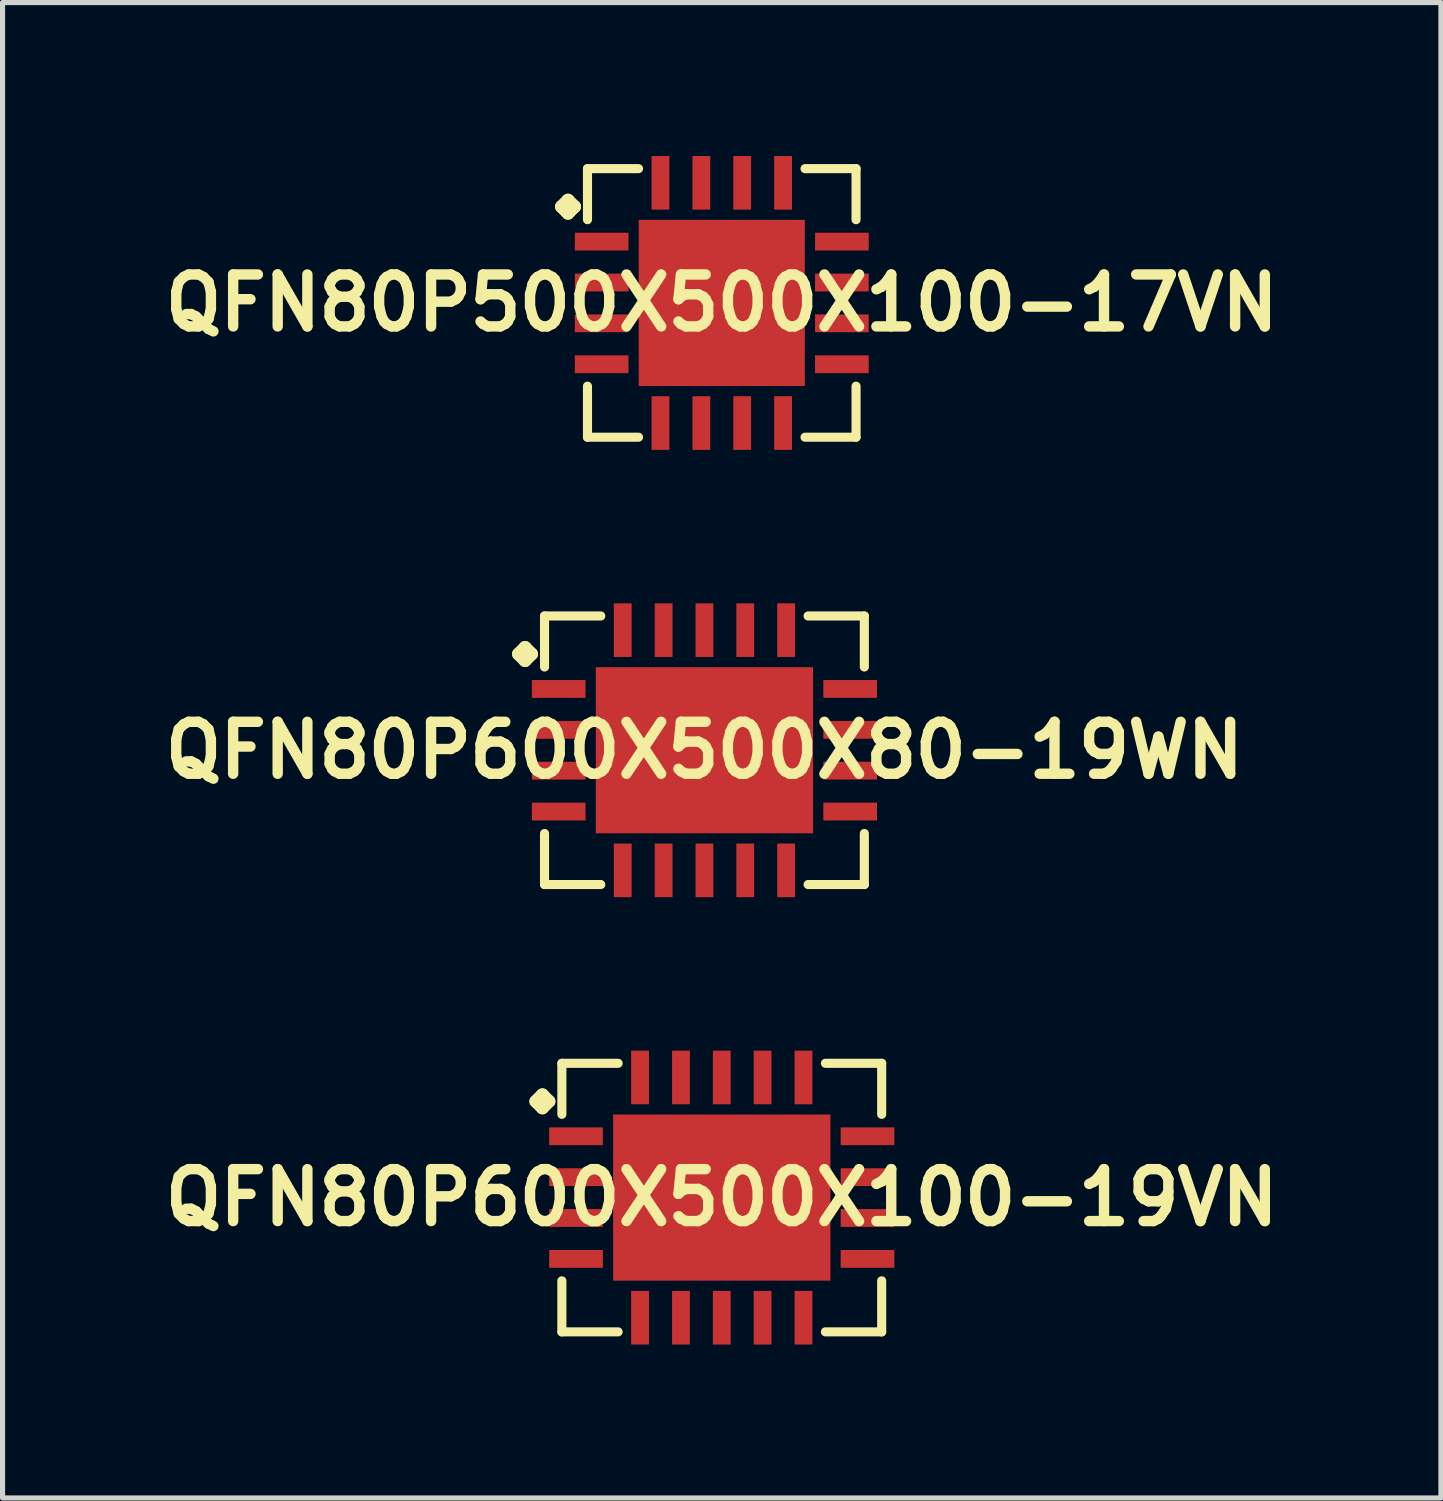
<source format=kicad_pcb>
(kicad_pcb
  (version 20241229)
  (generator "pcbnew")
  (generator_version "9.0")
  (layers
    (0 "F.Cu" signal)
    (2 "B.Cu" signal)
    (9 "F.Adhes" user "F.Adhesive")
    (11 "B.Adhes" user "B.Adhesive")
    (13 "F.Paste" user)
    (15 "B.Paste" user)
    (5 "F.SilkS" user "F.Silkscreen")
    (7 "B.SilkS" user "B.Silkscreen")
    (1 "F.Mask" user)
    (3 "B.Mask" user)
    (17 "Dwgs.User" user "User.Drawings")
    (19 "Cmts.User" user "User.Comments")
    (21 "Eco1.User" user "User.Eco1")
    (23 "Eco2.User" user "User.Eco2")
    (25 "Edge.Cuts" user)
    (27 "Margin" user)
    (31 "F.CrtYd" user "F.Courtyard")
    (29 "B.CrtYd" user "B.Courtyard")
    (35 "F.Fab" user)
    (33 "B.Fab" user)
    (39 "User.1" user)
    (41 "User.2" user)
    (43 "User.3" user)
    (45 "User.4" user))
  (footprint "QFN80P600X500X80-19WN"
    (layer "F.Cu")
    (at 10.726 11.622)
    (property "Reference" "QFN80P600X500X80-19WN" (at 0 0 0) (layer "F.SilkS") (effects (font (size 1.016 1.016) (thickness 0.203))))
    (attr smd)
    (fp_line (start -3.635 -1.882) (end -3.508 -2.009) (stroke (width 0.254) (type solid)) (layer "F.SilkS"))
    (fp_line (start -3.508 -2.009) (end -3.381 -1.882) (stroke (width 0.254) (type solid)) (layer "F.SilkS"))
    (fp_line (start -3.508 -1.755) (end -3.635 -1.882) (stroke (width 0.254) (type solid)) (layer "F.SilkS"))
    (fp_line (start -3.381 -1.882) (end -3.508 -1.755) (stroke (width 0.254) (type solid)) (layer "F.SilkS"))
    (fp_line (start -3.127 -2.626) (end -2.027 -2.626) (stroke (width 0.178) (type solid)) (layer "F.SilkS"))
    (fp_line (start -3.127 -1.628) (end -3.127 -2.626) (stroke (width 0.178) (type solid)) (layer "F.SilkS"))
    (fp_line (start -3.127 1.628) (end -3.127 2.626) (stroke (width 0.178) (type solid)) (layer "F.SilkS"))
    (fp_line (start -3.127 2.626) (end -2.027 2.626) (stroke (width 0.178) (type solid)) (layer "F.SilkS"))
    (fp_line (start 2.027 -2.626) (end 3.127 -2.626) (stroke (width 0.178) (type solid)) (layer "F.SilkS"))
    (fp_line (start 2.027 2.626) (end 3.127 2.626) (stroke (width 0.178) (type solid)) (layer "F.SilkS"))
    (fp_line (start 3.127 -2.626) (end 3.127 -1.628) (stroke (width 0.178) (type solid)) (layer "F.SilkS"))
    (fp_line (start 3.127 2.626) (end 3.127 1.628) (stroke (width 0.178) (type solid)) (layer "F.SilkS"))
    (pad "1" smd rect (at -2.85 -1.199) (size 1.049 0.348) (layers "F.Cu" "F.Mask" "F.Paste"))
    (pad "2" smd rect (at -2.85 -0.399) (size 1.049 0.348) (layers "F.Cu" "F.Mask" "F.Paste"))
    (pad "3" smd rect (at -2.85 0.399) (size 1.049 0.348) (layers "F.Cu" "F.Mask" "F.Paste"))
    (pad "4" smd rect (at -2.85 1.199) (size 1.049 0.348) (layers "F.Cu" "F.Mask" "F.Paste"))
    (pad "5" smd rect (at -1.598 2.349) (size 0.348 1.049) (layers "F.Cu" "F.Mask" "F.Paste"))
    (pad "6" smd rect (at -0.798 2.349) (size 0.348 1.049) (layers "F.Cu" "F.Mask" "F.Paste"))
    (pad "7" smd rect (at 0 2.349) (size 0.348 1.049) (layers "F.Cu" "F.Mask" "F.Paste"))
    (pad "8" smd rect (at 0.798 2.349) (size 0.348 1.049) (layers "F.Cu" "F.Mask" "F.Paste"))
    (pad "9" smd rect (at 1.598 2.349) (size 0.348 1.049) (layers "F.Cu" "F.Mask" "F.Paste"))
    (pad "10" smd rect (at 2.85 1.199) (size 1.049 0.348) (layers "F.Cu" "F.Mask" "F.Paste"))
    (pad "11" smd rect (at 2.85 0.399) (size 1.049 0.348) (layers "F.Cu" "F.Mask" "F.Paste"))
    (pad "12" smd rect (at 2.85 -0.399) (size 1.049 0.348) (layers "F.Cu" "F.Mask" "F.Paste"))
    (pad "13" smd rect (at 2.85 -1.199) (size 1.049 0.348) (layers "F.Cu" "F.Mask" "F.Paste"))
    (pad "14" smd rect (at 1.598 -2.349) (size 0.348 1.049) (layers "F.Cu" "F.Mask" "F.Paste"))
    (pad "15" smd rect (at 0.798 -2.349) (size 0.348 1.049) (layers "F.Cu" "F.Mask" "F.Paste"))
    (pad "16" smd rect (at 0 -2.349) (size 0.348 1.049) (layers "F.Cu" "F.Mask" "F.Paste"))
    (pad "17" smd rect (at -0.798 -2.349) (size 0.348 1.049) (layers "F.Cu" "F.Mask" "F.Paste"))
    (pad "18" smd rect (at -1.598 -2.349) (size 0.348 1.049) (layers "F.Cu" "F.Mask" "F.Paste"))
    (pad "19" smd rect (at 0 0) (size 4.249 3.249) (layers "F.Cu" "F.Mask" "F.Paste")))
  (footprint "QFN80P600X500X100-19VN"
    (layer "F.Cu")
    (at 11.065 20.37)
    (property "Reference" "QFN80P600X500X100-19VN" (at 0 0 0) (layer "F.SilkS") (effects (font (size 1.016 1.016) (thickness 0.203))))
    (attr smd)
    (fp_line (start -3.635 -1.882) (end -3.508 -2.009) (stroke (width 0.254) (type solid)) (layer "F.SilkS"))
    (fp_line (start -3.508 -2.009) (end -3.381 -1.882) (stroke (width 0.254) (type solid)) (layer "F.SilkS"))
    (fp_line (start -3.508 -1.755) (end -3.635 -1.882) (stroke (width 0.254) (type solid)) (layer "F.SilkS"))
    (fp_line (start -3.381 -1.882) (end -3.508 -1.755) (stroke (width 0.254) (type solid)) (layer "F.SilkS"))
    (fp_line (start -3.127 -2.626) (end -2.027 -2.626) (stroke (width 0.178) (type solid)) (layer "F.SilkS"))
    (fp_line (start -3.127 -1.628) (end -3.127 -2.626) (stroke (width 0.178) (type solid)) (layer "F.SilkS"))
    (fp_line (start -3.127 1.628) (end -3.127 2.626) (stroke (width 0.178) (type solid)) (layer "F.SilkS"))
    (fp_line (start -3.127 2.626) (end -2.027 2.626) (stroke (width 0.178) (type solid)) (layer "F.SilkS"))
    (fp_line (start 2.027 -2.626) (end 3.127 -2.626) (stroke (width 0.178) (type solid)) (layer "F.SilkS"))
    (fp_line (start 2.027 2.626) (end 3.127 2.626) (stroke (width 0.178) (type solid)) (layer "F.SilkS"))
    (fp_line (start 3.127 -2.626) (end 3.127 -1.628) (stroke (width 0.178) (type solid)) (layer "F.SilkS"))
    (fp_line (start 3.127 2.626) (end 3.127 1.628) (stroke (width 0.178) (type solid)) (layer "F.SilkS"))
    (pad "1" smd rect (at -2.85 -1.199) (size 1.049 0.348) (layers "F.Cu" "F.Mask" "F.Paste"))
    (pad "2" smd rect (at -2.85 -0.399) (size 1.049 0.348) (layers "F.Cu" "F.Mask" "F.Paste"))
    (pad "3" smd rect (at -2.85 0.399) (size 1.049 0.348) (layers "F.Cu" "F.Mask" "F.Paste"))
    (pad "4" smd rect (at -2.85 1.199) (size 1.049 0.348) (layers "F.Cu" "F.Mask" "F.Paste"))
    (pad "5" smd rect (at -1.598 2.349) (size 0.348 1.049) (layers "F.Cu" "F.Mask" "F.Paste"))
    (pad "6" smd rect (at -0.798 2.349) (size 0.348 1.049) (layers "F.Cu" "F.Mask" "F.Paste"))
    (pad "7" smd rect (at 0 2.349) (size 0.348 1.049) (layers "F.Cu" "F.Mask" "F.Paste"))
    (pad "8" smd rect (at 0.798 2.349) (size 0.348 1.049) (layers "F.Cu" "F.Mask" "F.Paste"))
    (pad "9" smd rect (at 1.598 2.349) (size 0.348 1.049) (layers "F.Cu" "F.Mask" "F.Paste"))
    (pad "10" smd rect (at 2.85 1.199) (size 1.049 0.348) (layers "F.Cu" "F.Mask" "F.Paste"))
    (pad "11" smd rect (at 2.85 0.399) (size 1.049 0.348) (layers "F.Cu" "F.Mask" "F.Paste"))
    (pad "12" smd rect (at 2.85 -0.399) (size 1.049 0.348) (layers "F.Cu" "F.Mask" "F.Paste"))
    (pad "13" smd rect (at 2.85 -1.199) (size 1.049 0.348) (layers "F.Cu" "F.Mask" "F.Paste"))
    (pad "14" smd rect (at 1.598 -2.349) (size 0.348 1.049) (layers "F.Cu" "F.Mask" "F.Paste"))
    (pad "15" smd rect (at 0.798 -2.349) (size 0.348 1.049) (layers "F.Cu" "F.Mask" "F.Paste"))
    (pad "16" smd rect (at 0 -2.349) (size 0.348 1.049) (layers "F.Cu" "F.Mask" "F.Paste"))
    (pad "17" smd rect (at -0.798 -2.349) (size 0.348 1.049) (layers "F.Cu" "F.Mask" "F.Paste"))
    (pad "18" smd rect (at -1.598 -2.349) (size 0.348 1.049) (layers "F.Cu" "F.Mask" "F.Paste"))
    (pad "19" smd rect (at 0 0) (size 4.249 3.249) (layers "F.Cu" "F.Mask" "F.Paste")))
  (footprint "QFN80P500X500X100-17VN"
    (layer "F.Cu")
    (at 11.065 2.874)
    (property "Reference" "QFN80P500X500X100-17VN" (at 0 0 0) (layer "F.SilkS") (effects (font (size 1.016 1.016) (thickness 0.203))))
    (attr smd)
    (fp_line (start -3.134 -1.882) (end -3.007 -2.009) (stroke (width 0.254) (type solid)) (layer "F.SilkS"))
    (fp_line (start -3.007 -2.009) (end -2.88 -1.882) (stroke (width 0.254) (type solid)) (layer "F.SilkS"))
    (fp_line (start -3.007 -1.755) (end -3.134 -1.882) (stroke (width 0.254) (type solid)) (layer "F.SilkS"))
    (fp_line (start -2.88 -1.882) (end -3.007 -1.755) (stroke (width 0.254) (type solid)) (layer "F.SilkS"))
    (fp_line (start -2.626 -2.626) (end -1.628 -2.626) (stroke (width 0.178) (type solid)) (layer "F.SilkS"))
    (fp_line (start -2.626 -1.628) (end -2.626 -2.626) (stroke (width 0.178) (type solid)) (layer "F.SilkS"))
    (fp_line (start -2.626 1.628) (end -2.626 2.626) (stroke (width 0.178) (type solid)) (layer "F.SilkS"))
    (fp_line (start -2.626 2.626) (end -1.628 2.626) (stroke (width 0.178) (type solid)) (layer "F.SilkS"))
    (fp_line (start 1.628 -2.626) (end 2.626 -2.626) (stroke (width 0.178) (type solid)) (layer "F.SilkS"))
    (fp_line (start 1.628 2.626) (end 2.626 2.626) (stroke (width 0.178) (type solid)) (layer "F.SilkS"))
    (fp_line (start 2.626 -2.626) (end 2.626 -1.628) (stroke (width 0.178) (type solid)) (layer "F.SilkS"))
    (fp_line (start 2.626 2.626) (end 2.626 1.628) (stroke (width 0.178) (type solid)) (layer "F.SilkS"))
    (pad "1" smd rect (at -2.349 -1.199) (size 1.049 0.348) (layers "F.Cu" "F.Mask" "F.Paste"))
    (pad "2" smd rect (at -2.349 -0.399) (size 1.049 0.348) (layers "F.Cu" "F.Mask" "F.Paste"))
    (pad "3" smd rect (at -2.349 0.399) (size 1.049 0.348) (layers "F.Cu" "F.Mask" "F.Paste"))
    (pad "4" smd rect (at -2.349 1.199) (size 1.049 0.348) (layers "F.Cu" "F.Mask" "F.Paste"))
    (pad "5" smd rect (at -1.199 2.349) (size 0.348 1.049) (layers "F.Cu" "F.Mask" "F.Paste"))
    (pad "6" smd rect (at -0.399 2.349) (size 0.348 1.049) (layers "F.Cu" "F.Mask" "F.Paste"))
    (pad "7" smd rect (at 0.399 2.349) (size 0.348 1.049) (layers "F.Cu" "F.Mask" "F.Paste"))
    (pad "8" smd rect (at 1.199 2.349) (size 0.348 1.049) (layers "F.Cu" "F.Mask" "F.Paste"))
    (pad "9" smd rect (at 2.349 1.199) (size 1.049 0.348) (layers "F.Cu" "F.Mask" "F.Paste"))
    (pad "10" smd rect (at 2.349 0.399) (size 1.049 0.348) (layers "F.Cu" "F.Mask" "F.Paste"))
    (pad "11" smd rect (at 2.349 -0.399) (size 1.049 0.348) (layers "F.Cu" "F.Mask" "F.Paste"))
    (pad "12" smd rect (at 2.349 -1.199) (size 1.049 0.348) (layers "F.Cu" "F.Mask" "F.Paste"))
    (pad "13" smd rect (at 1.199 -2.349) (size 0.348 1.049) (layers "F.Cu" "F.Mask" "F.Paste"))
    (pad "14" smd rect (at 0.399 -2.349) (size 0.348 1.049) (layers "F.Cu" "F.Mask" "F.Paste"))
    (pad "15" smd rect (at -0.399 -2.349) (size 0.348 1.049) (layers "F.Cu" "F.Mask" "F.Paste"))
    (pad "16" smd rect (at -1.199 -2.349) (size 0.348 1.049) (layers "F.Cu" "F.Mask" "F.Paste"))
    (pad "17" smd rect (at 0 0) (size 3.249 3.249) (layers "F.Cu" "F.Mask" "F.Paste")))
  (gr_rect
    (start -3 -3)
    (end 25.129 26.244)
    (stroke (width 0.1) (type default))
    (fill no)
    (layer "Edge.Cuts")))
</source>
